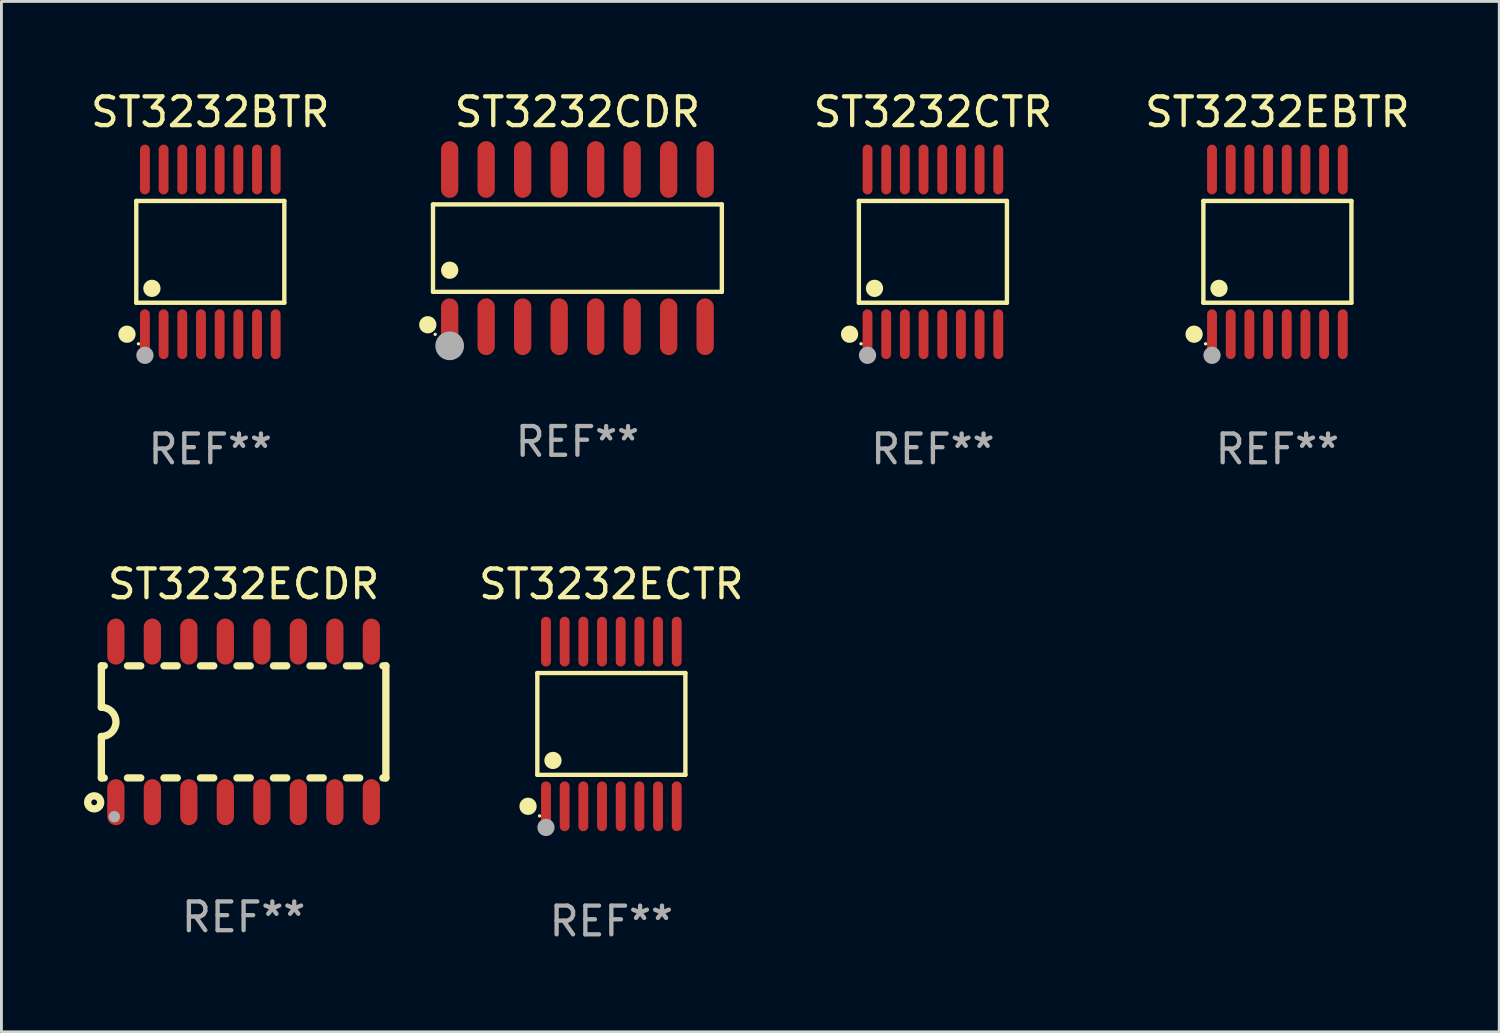
<source format=kicad_pcb>
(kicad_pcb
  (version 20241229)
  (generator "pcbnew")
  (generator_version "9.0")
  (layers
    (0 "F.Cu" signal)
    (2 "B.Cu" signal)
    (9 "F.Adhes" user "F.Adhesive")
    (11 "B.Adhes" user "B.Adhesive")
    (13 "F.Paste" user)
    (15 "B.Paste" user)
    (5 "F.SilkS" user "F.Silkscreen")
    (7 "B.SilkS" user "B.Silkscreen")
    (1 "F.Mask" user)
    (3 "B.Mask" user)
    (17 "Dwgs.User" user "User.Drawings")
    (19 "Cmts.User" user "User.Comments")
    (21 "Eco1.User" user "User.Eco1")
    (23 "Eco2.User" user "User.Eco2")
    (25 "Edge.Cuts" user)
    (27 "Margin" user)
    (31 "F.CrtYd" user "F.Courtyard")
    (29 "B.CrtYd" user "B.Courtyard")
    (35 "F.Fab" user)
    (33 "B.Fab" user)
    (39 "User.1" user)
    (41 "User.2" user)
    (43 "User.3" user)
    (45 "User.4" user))
  (footprint "ST3232BTR"
    (layer "F.Cu")
    (at 4.268 5.714)
    (property "Reference" "ST3232BTR" (at 0 -4.866 0) (layer "F.SilkS") (effects (font (size 1 1) (thickness 0.15))))
    (attr through_hole)
    (fp_line (start -2.576 -1.772) (end 2.576 -1.772) (stroke (width 0.152) (type solid)) (layer "F.SilkS"))
    (fp_line (start -2.576 1.771) (end -2.576 -1.772) (stroke (width 0.152) (type solid)) (layer "F.SilkS"))
    (fp_line (start 2.576 -1.772) (end 2.576 1.771) (stroke (width 0.152) (type solid)) (layer "F.SilkS"))
    (fp_line (start 2.576 1.771) (end -2.576 1.771) (stroke (width 0.152) (type solid)) (layer "F.SilkS"))
    (fp_circle (center -2.899 2.866) (end -2.749 2.866) (stroke (width 0.3) (type solid)) (fill no) (layer "F.SilkS"))
    (fp_circle (center -2.5 3.2) (end -2.47 3.2) (stroke (width 0.06) (type solid)) (fill no) (layer "F.SilkS"))
    (fp_circle (center -2.032 1.27) (end -1.882 1.27) (stroke (width 0.3) (type solid)) (fill no) (layer "F.SilkS"))
    (fp_circle (center -2.275 3.6) (end -2.125 3.6) (stroke (width 0.3) (type solid)) (fill no) (layer "F.Fab"))
    (fp_text user "REF**" (at 0 6.866 0) (layer "F.Fab") (effects (font (size 1 1) (thickness 0.15))))
    (pad "1" smd oval (at -2.275 2.866) (size 0.343 1.731) (layers "F.Cu" "F.Mask" "F.Paste"))
    (pad "2" smd oval (at -1.625 2.866) (size 0.343 1.731) (layers "F.Cu" "F.Mask" "F.Paste"))
    (pad "3" smd oval (at -0.975 2.866) (size 0.343 1.731) (layers "F.Cu" "F.Mask" "F.Paste"))
    (pad "4" smd oval (at -0.325 2.866) (size 0.343 1.731) (layers "F.Cu" "F.Mask" "F.Paste"))
    (pad "5" smd oval (at 0.325 2.866) (size 0.343 1.731) (layers "F.Cu" "F.Mask" "F.Paste"))
    (pad "6" smd oval (at 0.975 2.866) (size 0.343 1.731) (layers "F.Cu" "F.Mask" "F.Paste"))
    (pad "7" smd oval (at 1.625 2.866) (size 0.343 1.731) (layers "F.Cu" "F.Mask" "F.Paste"))
    (pad "8" smd oval (at 2.275 2.866) (size 0.343 1.731) (layers "F.Cu" "F.Mask" "F.Paste"))
    (pad "9" smd oval (at 2.275 -2.866) (size 0.343 1.731) (layers "F.Cu" "F.Mask" "F.Paste"))
    (pad "10" smd oval (at 1.625 -2.866) (size 0.343 1.731) (layers "F.Cu" "F.Mask" "F.Paste"))
    (pad "11" smd oval (at 0.975 -2.866) (size 0.343 1.731) (layers "F.Cu" "F.Mask" "F.Paste"))
    (pad "12" smd oval (at 0.325 -2.866) (size 0.343 1.731) (layers "F.Cu" "F.Mask" "F.Paste"))
    (pad "13" smd oval (at -0.325 -2.866) (size 0.343 1.731) (layers "F.Cu" "F.Mask" "F.Paste"))
    (pad "14" smd oval (at -0.975 -2.866) (size 0.343 1.731) (layers "F.Cu" "F.Mask" "F.Paste"))
    (pad "15" smd oval (at -1.625 -2.866) (size 0.343 1.731) (layers "F.Cu" "F.Mask" "F.Paste"))
    (pad "16" smd oval (at -2.275 -2.866) (size 0.343 1.731) (layers "F.Cu" "F.Mask" "F.Paste")))
  (footprint "ST3232ECTR"
    (layer "F.Cu")
    (at 18.224 22.142)
    (property "Reference" "ST3232ECTR" (at 0 -4.866 0) (layer "F.SilkS") (effects (font (size 1 1) (thickness 0.15))))
    (attr through_hole)
    (fp_line (start -2.576 -1.772) (end 2.576 -1.772) (stroke (width 0.152) (type solid)) (layer "F.SilkS"))
    (fp_line (start -2.576 1.771) (end -2.576 -1.772) (stroke (width 0.152) (type solid)) (layer "F.SilkS"))
    (fp_line (start 2.576 -1.772) (end 2.576 1.771) (stroke (width 0.152) (type solid)) (layer "F.SilkS"))
    (fp_line (start 2.576 1.771) (end -2.576 1.771) (stroke (width 0.152) (type solid)) (layer "F.SilkS"))
    (fp_circle (center -2.899 2.866) (end -2.749 2.866) (stroke (width 0.3) (type solid)) (fill no) (layer "F.SilkS"))
    (fp_circle (center -2.5 3.2) (end -2.47 3.2) (stroke (width 0.06) (type solid)) (fill no) (layer "F.SilkS"))
    (fp_circle (center -2.032 1.27) (end -1.882 1.27) (stroke (width 0.3) (type solid)) (fill no) (layer "F.SilkS"))
    (fp_circle (center -2.275 3.6) (end -2.125 3.6) (stroke (width 0.3) (type solid)) (fill no) (layer "F.Fab"))
    (fp_text user "REF**" (at 0 6.866 0) (layer "F.Fab") (effects (font (size 1 1) (thickness 0.15))))
    (pad "1" smd oval (at -2.275 2.866) (size 0.343 1.731) (layers "F.Cu" "F.Mask" "F.Paste"))
    (pad "2" smd oval (at -1.625 2.866) (size 0.343 1.731) (layers "F.Cu" "F.Mask" "F.Paste"))
    (pad "3" smd oval (at -0.975 2.866) (size 0.343 1.731) (layers "F.Cu" "F.Mask" "F.Paste"))
    (pad "4" smd oval (at -0.325 2.866) (size 0.343 1.731) (layers "F.Cu" "F.Mask" "F.Paste"))
    (pad "5" smd oval (at 0.325 2.866) (size 0.343 1.731) (layers "F.Cu" "F.Mask" "F.Paste"))
    (pad "6" smd oval (at 0.975 2.866) (size 0.343 1.731) (layers "F.Cu" "F.Mask" "F.Paste"))
    (pad "7" smd oval (at 1.625 2.866) (size 0.343 1.731) (layers "F.Cu" "F.Mask" "F.Paste"))
    (pad "8" smd oval (at 2.275 2.866) (size 0.343 1.731) (layers "F.Cu" "F.Mask" "F.Paste"))
    (pad "9" smd oval (at 2.275 -2.866) (size 0.343 1.731) (layers "F.Cu" "F.Mask" "F.Paste"))
    (pad "10" smd oval (at 1.625 -2.866) (size 0.343 1.731) (layers "F.Cu" "F.Mask" "F.Paste"))
    (pad "11" smd oval (at 0.975 -2.866) (size 0.343 1.731) (layers "F.Cu" "F.Mask" "F.Paste"))
    (pad "12" smd oval (at 0.325 -2.866) (size 0.343 1.731) (layers "F.Cu" "F.Mask" "F.Paste"))
    (pad "13" smd oval (at -0.325 -2.866) (size 0.343 1.731) (layers "F.Cu" "F.Mask" "F.Paste"))
    (pad "14" smd oval (at -0.975 -2.866) (size 0.343 1.731) (layers "F.Cu" "F.Mask" "F.Paste"))
    (pad "15" smd oval (at -1.625 -2.866) (size 0.343 1.731) (layers "F.Cu" "F.Mask" "F.Paste"))
    (pad "16" smd oval (at -2.275 -2.866) (size 0.343 1.731) (layers "F.Cu" "F.Mask" "F.Paste")))
  (footprint "ST3232ECDR"
    (layer "F.Cu")
    (at 5.427 22.07)
    (property "Reference" "ST3232ECDR" (at 0 -4.794 0) (layer "F.SilkS") (effects (font (size 1 1) (thickness 0.15))))
    (attr through_hole)
    (fp_line (start -4.95 -1.95) (end -4.95 -0.508) (stroke (width 0.254) (type solid)) (layer "F.SilkS"))
    (fp_line (start -4.95 -1.95) (end -4.849 -1.95) (stroke (width 0.254) (type solid)) (layer "F.SilkS"))
    (fp_line (start -4.95 1.95) (end -4.95 0.508) (stroke (width 0.254) (type solid)) (layer "F.SilkS"))
    (fp_line (start -4.95 1.95) (end -4.849 1.95) (stroke (width 0.254) (type solid)) (layer "F.SilkS"))
    (fp_line (start -4.041 -1.95) (end -3.579 -1.95) (stroke (width 0.254) (type solid)) (layer "F.SilkS"))
    (fp_line (start -4.041 1.95) (end -3.579 1.95) (stroke (width 0.254) (type solid)) (layer "F.SilkS"))
    (fp_line (start -2.771 -1.95) (end -2.309 -1.95) (stroke (width 0.254) (type solid)) (layer "F.SilkS"))
    (fp_line (start -2.771 1.95) (end -2.309 1.95) (stroke (width 0.254) (type solid)) (layer "F.SilkS"))
    (fp_line (start -1.501 -1.95) (end -1.039 -1.95) (stroke (width 0.254) (type solid)) (layer "F.SilkS"))
    (fp_line (start -1.501 1.95) (end -1.039 1.95) (stroke (width 0.254) (type solid)) (layer "F.SilkS"))
    (fp_line (start -0.231 -1.95) (end 0.231 -1.95) (stroke (width 0.254) (type solid)) (layer "F.SilkS"))
    (fp_line (start -0.231 1.95) (end 0.231 1.95) (stroke (width 0.254) (type solid)) (layer "F.SilkS"))
    (fp_line (start 1.039 -1.95) (end 1.501 -1.95) (stroke (width 0.254) (type solid)) (layer "F.SilkS"))
    (fp_line (start 1.039 1.95) (end 1.501 1.95) (stroke (width 0.254) (type solid)) (layer "F.SilkS"))
    (fp_line (start 2.309 -1.95) (end 2.771 -1.95) (stroke (width 0.254) (type solid)) (layer "F.SilkS"))
    (fp_line (start 2.309 1.95) (end 2.771 1.95) (stroke (width 0.254) (type solid)) (layer "F.SilkS"))
    (fp_line (start 3.579 -1.95) (end 4.041 -1.95) (stroke (width 0.254) (type solid)) (layer "F.SilkS"))
    (fp_line (start 3.579 1.95) (end 4.041 1.95) (stroke (width 0.254) (type solid)) (layer "F.SilkS"))
    (fp_line (start 4.849 -1.95) (end 4.95 -1.95) (stroke (width 0.254) (type solid)) (layer "F.SilkS"))
    (fp_line (start 4.849 1.95) (end 4.95 1.95) (stroke (width 0.254) (type solid)) (layer "F.SilkS"))
    (fp_line (start 4.95 -1.95) (end 4.95 1.95) (stroke (width 0.254) (type solid)) (layer "F.SilkS"))
    (fp_arc (start -4.95047 -0.508001) (mid -4.442469 -0.000228) (end -4.950013 0.508001) (stroke (width 0.254001) (type solid)) (layer "F.SilkS"))
    (fp_circle (center -5.2 2.8) (end -5.1 2.8) (stroke (width 0.254) (type solid)) (fill no) (layer "F.SilkS"))
    (fp_circle (center -4.95 2.947) (end -4.92 2.947) (stroke (width 0.06) (type solid)) (fill no) (layer "F.SilkS"))
    (fp_circle (center -4.5 3.3) (end -4.4 3.3) (stroke (width 0.2) (type solid)) (fill no) (layer "F.Fab"))
    (fp_text user "REF**" (at 0 6.794 0) (layer "F.Fab") (effects (font (size 1 1) (thickness 0.15))))
    (pad "1" smd oval (at -4.445 2.794) (size 0.6 1.6) (layers "F.Cu" "F.Mask" "F.Paste"))
    (pad "2" smd oval (at -3.175 2.794) (size 0.6 1.6) (layers "F.Cu" "F.Mask" "F.Paste"))
    (pad "3" smd oval (at -1.905 2.794) (size 0.6 1.6) (layers "F.Cu" "F.Mask" "F.Paste"))
    (pad "4" smd oval (at -0.635 2.794) (size 0.6 1.6) (layers "F.Cu" "F.Mask" "F.Paste"))
    (pad "5" smd oval (at 0.635 2.794) (size 0.6 1.6) (layers "F.Cu" "F.Mask" "F.Paste"))
    (pad "6" smd oval (at 1.905 2.794) (size 0.6 1.6) (layers "F.Cu" "F.Mask" "F.Paste"))
    (pad "7" smd oval (at 3.175 2.794) (size 0.6 1.6) (layers "F.Cu" "F.Mask" "F.Paste"))
    (pad "8" smd oval (at 4.445 2.794) (size 0.6 1.6) (layers "F.Cu" "F.Mask" "F.Paste"))
    (pad "9" smd oval (at 4.445 -2.794) (size 0.6 1.6) (layers "F.Cu" "F.Mask" "F.Paste"))
    (pad "10" smd oval (at 3.175 -2.794) (size 0.6 1.6) (layers "F.Cu" "F.Mask" "F.Paste"))
    (pad "11" smd oval (at 1.905 -2.794) (size 0.6 1.6) (layers "F.Cu" "F.Mask" "F.Paste"))
    (pad "12" smd oval (at 0.635 -2.794) (size 0.6 1.6) (layers "F.Cu" "F.Mask" "F.Paste"))
    (pad "13" smd oval (at -0.635 -2.794) (size 0.6 1.6) (layers "F.Cu" "F.Mask" "F.Paste"))
    (pad "14" smd oval (at -1.905 -2.794) (size 0.6 1.6) (layers "F.Cu" "F.Mask" "F.Paste"))
    (pad "15" smd oval (at -3.175 -2.794) (size 0.6 1.6) (layers "F.Cu" "F.Mask" "F.Paste"))
    (pad "16" smd oval (at -4.445 -2.794) (size 0.6 1.6) (layers "F.Cu" "F.Mask" "F.Paste")))
  (footprint "ST3232CTR"
    (layer "F.Cu")
    (at 29.413 5.714)
    (property "Reference" "ST3232CTR" (at 0 -4.866 0) (layer "F.SilkS") (effects (font (size 1 1) (thickness 0.15))))
    (attr through_hole)
    (fp_line (start -2.576 -1.772) (end 2.576 -1.772) (stroke (width 0.152) (type solid)) (layer "F.SilkS"))
    (fp_line (start -2.576 1.771) (end -2.576 -1.772) (stroke (width 0.152) (type solid)) (layer "F.SilkS"))
    (fp_line (start 2.576 -1.772) (end 2.576 1.771) (stroke (width 0.152) (type solid)) (layer "F.SilkS"))
    (fp_line (start 2.576 1.771) (end -2.576 1.771) (stroke (width 0.152) (type solid)) (layer "F.SilkS"))
    (fp_circle (center -2.899 2.866) (end -2.749 2.866) (stroke (width 0.3) (type solid)) (fill no) (layer "F.SilkS"))
    (fp_circle (center -2.5 3.2) (end -2.47 3.2) (stroke (width 0.06) (type solid)) (fill no) (layer "F.SilkS"))
    (fp_circle (center -2.032 1.27) (end -1.882 1.27) (stroke (width 0.3) (type solid)) (fill no) (layer "F.SilkS"))
    (fp_circle (center -2.275 3.6) (end -2.125 3.6) (stroke (width 0.3) (type solid)) (fill no) (layer "F.Fab"))
    (fp_text user "REF**" (at 0 6.866 0) (layer "F.Fab") (effects (font (size 1 1) (thickness 0.15))))
    (pad "1" smd oval (at -2.275 2.866) (size 0.343 1.731) (layers "F.Cu" "F.Mask" "F.Paste"))
    (pad "2" smd oval (at -1.625 2.866) (size 0.343 1.731) (layers "F.Cu" "F.Mask" "F.Paste"))
    (pad "3" smd oval (at -0.975 2.866) (size 0.343 1.731) (layers "F.Cu" "F.Mask" "F.Paste"))
    (pad "4" smd oval (at -0.325 2.866) (size 0.343 1.731) (layers "F.Cu" "F.Mask" "F.Paste"))
    (pad "5" smd oval (at 0.325 2.866) (size 0.343 1.731) (layers "F.Cu" "F.Mask" "F.Paste"))
    (pad "6" smd oval (at 0.975 2.866) (size 0.343 1.731) (layers "F.Cu" "F.Mask" "F.Paste"))
    (pad "7" smd oval (at 1.625 2.866) (size 0.343 1.731) (layers "F.Cu" "F.Mask" "F.Paste"))
    (pad "8" smd oval (at 2.275 2.866) (size 0.343 1.731) (layers "F.Cu" "F.Mask" "F.Paste"))
    (pad "9" smd oval (at 2.275 -2.866) (size 0.343 1.731) (layers "F.Cu" "F.Mask" "F.Paste"))
    (pad "10" smd oval (at 1.625 -2.866) (size 0.343 1.731) (layers "F.Cu" "F.Mask" "F.Paste"))
    (pad "11" smd oval (at 0.975 -2.866) (size 0.343 1.731) (layers "F.Cu" "F.Mask" "F.Paste"))
    (pad "12" smd oval (at 0.325 -2.866) (size 0.343 1.731) (layers "F.Cu" "F.Mask" "F.Paste"))
    (pad "13" smd oval (at -0.325 -2.866) (size 0.343 1.731) (layers "F.Cu" "F.Mask" "F.Paste"))
    (pad "14" smd oval (at -0.975 -2.866) (size 0.343 1.731) (layers "F.Cu" "F.Mask" "F.Paste"))
    (pad "15" smd oval (at -1.625 -2.866) (size 0.343 1.731) (layers "F.Cu" "F.Mask" "F.Paste"))
    (pad "16" smd oval (at -2.275 -2.866) (size 0.343 1.731) (layers "F.Cu" "F.Mask" "F.Paste")))
  (footprint "ST3232EBTR"
    (layer "F.Cu")
    (at 41.401 5.714)
    (property "Reference" "ST3232EBTR" (at 0 -4.866 0) (layer "F.SilkS") (effects (font (size 1 1) (thickness 0.15))))
    (attr through_hole)
    (fp_line (start -2.576 -1.772) (end 2.576 -1.772) (stroke (width 0.152) (type solid)) (layer "F.SilkS"))
    (fp_line (start -2.576 1.771) (end -2.576 -1.772) (stroke (width 0.152) (type solid)) (layer "F.SilkS"))
    (fp_line (start 2.576 -1.772) (end 2.576 1.771) (stroke (width 0.152) (type solid)) (layer "F.SilkS"))
    (fp_line (start 2.576 1.771) (end -2.576 1.771) (stroke (width 0.152) (type solid)) (layer "F.SilkS"))
    (fp_circle (center -2.899 2.866) (end -2.749 2.866) (stroke (width 0.3) (type solid)) (fill no) (layer "F.SilkS"))
    (fp_circle (center -2.5 3.2) (end -2.47 3.2) (stroke (width 0.06) (type solid)) (fill no) (layer "F.SilkS"))
    (fp_circle (center -2.032 1.27) (end -1.882 1.27) (stroke (width 0.3) (type solid)) (fill no) (layer "F.SilkS"))
    (fp_circle (center -2.275 3.6) (end -2.125 3.6) (stroke (width 0.3) (type solid)) (fill no) (layer "F.Fab"))
    (fp_text user "REF**" (at 0 6.866 0) (layer "F.Fab") (effects (font (size 1 1) (thickness 0.15))))
    (pad "1" smd oval (at -2.275 2.866) (size 0.343 1.731) (layers "F.Cu" "F.Mask" "F.Paste"))
    (pad "2" smd oval (at -1.625 2.866) (size 0.343 1.731) (layers "F.Cu" "F.Mask" "F.Paste"))
    (pad "3" smd oval (at -0.975 2.866) (size 0.343 1.731) (layers "F.Cu" "F.Mask" "F.Paste"))
    (pad "4" smd oval (at -0.325 2.866) (size 0.343 1.731) (layers "F.Cu" "F.Mask" "F.Paste"))
    (pad "5" smd oval (at 0.325 2.866) (size 0.343 1.731) (layers "F.Cu" "F.Mask" "F.Paste"))
    (pad "6" smd oval (at 0.975 2.866) (size 0.343 1.731) (layers "F.Cu" "F.Mask" "F.Paste"))
    (pad "7" smd oval (at 1.625 2.866) (size 0.343 1.731) (layers "F.Cu" "F.Mask" "F.Paste"))
    (pad "8" smd oval (at 2.275 2.866) (size 0.343 1.731) (layers "F.Cu" "F.Mask" "F.Paste"))
    (pad "9" smd oval (at 2.275 -2.866) (size 0.343 1.731) (layers "F.Cu" "F.Mask" "F.Paste"))
    (pad "10" smd oval (at 1.625 -2.866) (size 0.343 1.731) (layers "F.Cu" "F.Mask" "F.Paste"))
    (pad "11" smd oval (at 0.975 -2.866) (size 0.343 1.731) (layers "F.Cu" "F.Mask" "F.Paste"))
    (pad "12" smd oval (at 0.325 -2.866) (size 0.343 1.731) (layers "F.Cu" "F.Mask" "F.Paste"))
    (pad "13" smd oval (at -0.325 -2.866) (size 0.343 1.731) (layers "F.Cu" "F.Mask" "F.Paste"))
    (pad "14" smd oval (at -0.975 -2.866) (size 0.343 1.731) (layers "F.Cu" "F.Mask" "F.Paste"))
    (pad "15" smd oval (at -1.625 -2.866) (size 0.343 1.731) (layers "F.Cu" "F.Mask" "F.Paste"))
    (pad "16" smd oval (at -2.275 -2.866) (size 0.343 1.731) (layers "F.Cu" "F.Mask" "F.Paste")))
  (footprint "ST3232CDR"
    (layer "F.Cu")
    (at 17.043 5.584)
    (property "Reference" "ST3232CDR" (at 0 -4.736 0) (layer "F.SilkS") (effects (font (size 1 1) (thickness 0.15))))
    (attr through_hole)
    (fp_line (start -5.026 -1.521) (end 5.026 -1.521) (stroke (width 0.152) (type solid)) (layer "F.SilkS"))
    (fp_line (start -5.026 1.521) (end -5.026 -1.521) (stroke (width 0.152) (type solid)) (layer "F.SilkS"))
    (fp_line (start 5.026 -1.521) (end 5.026 1.521) (stroke (width 0.152) (type solid)) (layer "F.SilkS"))
    (fp_line (start 5.026 1.521) (end -5.026 1.521) (stroke (width 0.152) (type solid)) (layer "F.SilkS"))
    (fp_circle (center -5.207 2.667) (end -5.057 2.667) (stroke (width 0.3) (type solid)) (fill no) (layer "F.SilkS"))
    (fp_circle (center -4.95 3) (end -4.92 3) (stroke (width 0.06) (type solid)) (fill no) (layer "F.SilkS"))
    (fp_circle (center -4.445 0.769) (end -4.295 0.769) (stroke (width 0.3) (type solid)) (fill no) (layer "F.SilkS"))
    (fp_circle (center -4.445 3.4) (end -4.195 3.4) (stroke (width 0.5) (type solid)) (fill no) (layer "F.Fab"))
    (fp_text user "REF**" (at 0 6.736 0) (layer "F.Fab") (effects (font (size 1 1) (thickness 0.15))))
    (pad "1" smd oval (at -4.445 2.736) (size 0.602 1.971) (layers "F.Cu" "F.Mask" "F.Paste"))
    (pad "2" smd oval (at -3.175 2.736) (size 0.602 1.971) (layers "F.Cu" "F.Mask" "F.Paste"))
    (pad "3" smd oval (at -1.905 2.736) (size 0.602 1.971) (layers "F.Cu" "F.Mask" "F.Paste"))
    (pad "4" smd oval (at -0.635 2.736) (size 0.602 1.971) (layers "F.Cu" "F.Mask" "F.Paste"))
    (pad "5" smd oval (at 0.635 2.736) (size 0.602 1.971) (layers "F.Cu" "F.Mask" "F.Paste"))
    (pad "6" smd oval (at 1.905 2.736) (size 0.602 1.971) (layers "F.Cu" "F.Mask" "F.Paste"))
    (pad "7" smd oval (at 3.175 2.736) (size 0.602 1.971) (layers "F.Cu" "F.Mask" "F.Paste"))
    (pad "8" smd oval (at 4.445 2.736) (size 0.602 1.971) (layers "F.Cu" "F.Mask" "F.Paste"))
    (pad "9" smd oval (at 4.445 -2.736) (size 0.602 1.971) (layers "F.Cu" "F.Mask" "F.Paste"))
    (pad "10" smd oval (at 3.175 -2.736) (size 0.602 1.971) (layers "F.Cu" "F.Mask" "F.Paste"))
    (pad "11" smd oval (at 1.905 -2.736) (size 0.602 1.971) (layers "F.Cu" "F.Mask" "F.Paste"))
    (pad "12" smd oval (at 0.635 -2.736) (size 0.602 1.971) (layers "F.Cu" "F.Mask" "F.Paste"))
    (pad "13" smd oval (at -0.635 -2.736) (size 0.602 1.971) (layers "F.Cu" "F.Mask" "F.Paste"))
    (pad "14" smd oval (at -1.905 -2.736) (size 0.602 1.971) (layers "F.Cu" "F.Mask" "F.Paste"))
    (pad "15" smd oval (at -3.175 -2.736) (size 0.602 1.971) (layers "F.Cu" "F.Mask" "F.Paste"))
    (pad "16" smd oval (at -4.445 -2.736) (size 0.602 1.971) (layers "F.Cu" "F.Mask" "F.Paste")))
  (gr_rect
    (start -3 -3)
    (end 49.121 32.856)
    (stroke (width 0.1) (type default))
    (fill no)
    (layer "Edge.Cuts")))
</source>
